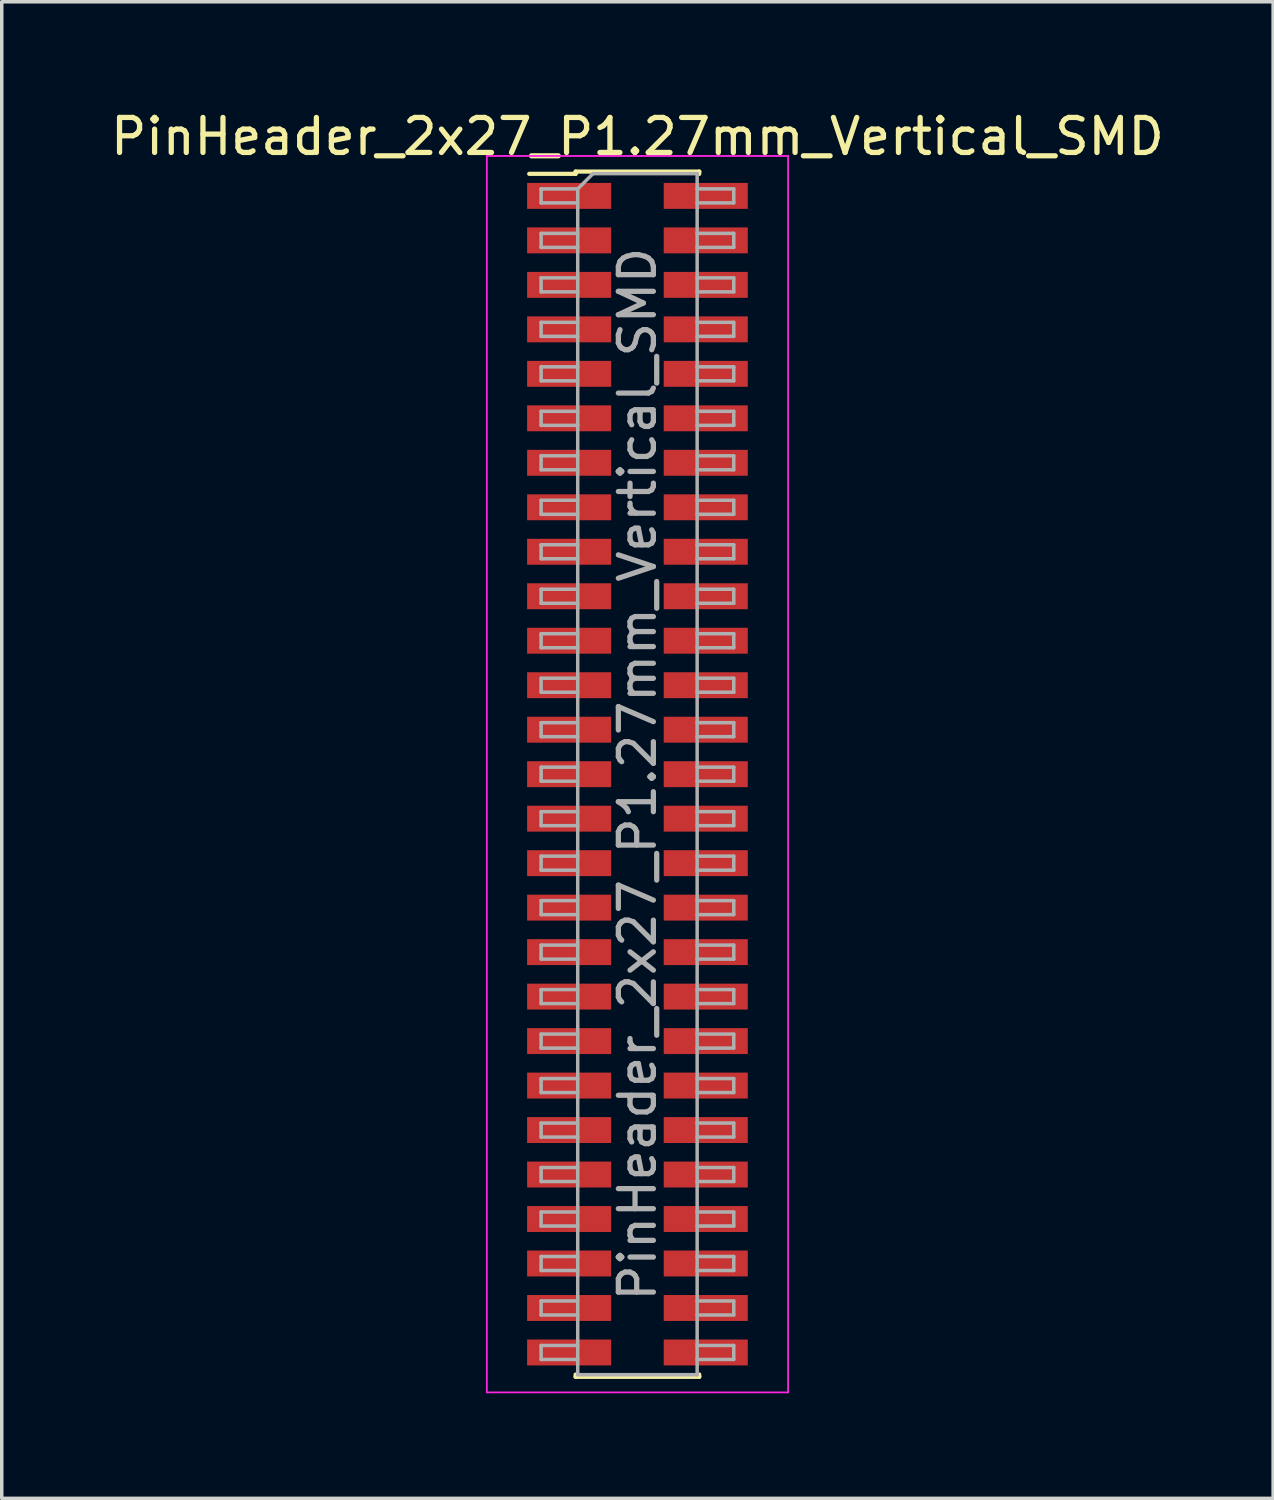
<source format=kicad_pcb>
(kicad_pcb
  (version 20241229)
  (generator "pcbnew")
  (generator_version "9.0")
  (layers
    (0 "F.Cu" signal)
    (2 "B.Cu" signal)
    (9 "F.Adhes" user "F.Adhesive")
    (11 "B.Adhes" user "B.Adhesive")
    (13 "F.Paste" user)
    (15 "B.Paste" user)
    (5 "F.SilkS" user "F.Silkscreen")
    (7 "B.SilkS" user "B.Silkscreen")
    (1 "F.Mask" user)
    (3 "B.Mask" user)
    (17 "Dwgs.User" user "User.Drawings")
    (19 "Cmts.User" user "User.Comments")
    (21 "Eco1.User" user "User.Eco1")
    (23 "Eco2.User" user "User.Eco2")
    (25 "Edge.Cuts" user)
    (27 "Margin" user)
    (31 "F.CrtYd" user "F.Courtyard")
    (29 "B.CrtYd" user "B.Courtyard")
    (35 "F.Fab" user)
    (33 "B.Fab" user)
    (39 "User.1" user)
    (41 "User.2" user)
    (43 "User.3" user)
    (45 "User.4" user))
  (footprint "PinHeader_2x27_P1.27mm_Vertical_SMD"
    (layer "F.Cu")
    (at 15.149 19.053)
    (property "Reference" "PinHeader_2x27_P1.27mm_Vertical_SMD" (at 0 -18.205 0) (layer "F.SilkS") (effects (font (size 1 1) (thickness 0.15))))
    (attr smd)
    (fp_line (start -3.09 -17.14) (end -1.765 -17.14) (stroke (width 0.12) (type solid)) (layer "F.SilkS"))
    (fp_line (start -1.765 -17.205) (end -1.765 -17.14) (stroke (width 0.12) (type solid)) (layer "F.SilkS"))
    (fp_line (start -1.765 -17.205) (end 1.765 -17.205) (stroke (width 0.12) (type solid)) (layer "F.SilkS"))
    (fp_line (start -1.765 17.14) (end -1.765 17.205) (stroke (width 0.12) (type solid)) (layer "F.SilkS"))
    (fp_line (start -1.765 17.205) (end 1.765 17.205) (stroke (width 0.12) (type solid)) (layer "F.SilkS"))
    (fp_line (start 1.765 -17.205) (end 1.765 -17.14) (stroke (width 0.12) (type solid)) (layer "F.SilkS"))
    (fp_line (start 1.765 17.14) (end 1.765 17.205) (stroke (width 0.12) (type solid)) (layer "F.SilkS"))
    (fp_line (start -4.3 -17.65) (end -4.3 17.65) (stroke (width 0.05) (type solid)) (layer "F.CrtYd"))
    (fp_line (start -4.3 17.65) (end 4.3 17.65) (stroke (width 0.05) (type solid)) (layer "F.CrtYd"))
    (fp_line (start 4.3 -17.65) (end -4.3 -17.65) (stroke (width 0.05) (type solid)) (layer "F.CrtYd"))
    (fp_line (start 4.3 17.65) (end 4.3 -17.65) (stroke (width 0.05) (type solid)) (layer "F.CrtYd"))
    (fp_line (start -2.75 -16.71) (end -2.75 -16.31) (stroke (width 0.1) (type solid)) (layer "F.Fab"))
    (fp_line (start -2.75 -16.31) (end -1.705 -16.31) (stroke (width 0.1) (type solid)) (layer "F.Fab"))
    (fp_line (start -2.75 -15.44) (end -2.75 -15.04) (stroke (width 0.1) (type solid)) (layer "F.Fab"))
    (fp_line (start -2.75 -15.04) (end -1.705 -15.04) (stroke (width 0.1) (type solid)) (layer "F.Fab"))
    (fp_line (start -2.75 -14.17) (end -2.75 -13.77) (stroke (width 0.1) (type solid)) (layer "F.Fab"))
    (fp_line (start -2.75 -13.77) (end -1.705 -13.77) (stroke (width 0.1) (type solid)) (layer "F.Fab"))
    (fp_line (start -2.75 -12.9) (end -2.75 -12.5) (stroke (width 0.1) (type solid)) (layer "F.Fab"))
    (fp_line (start -2.75 -12.5) (end -1.705 -12.5) (stroke (width 0.1) (type solid)) (layer "F.Fab"))
    (fp_line (start -2.75 -11.63) (end -2.75 -11.23) (stroke (width 0.1) (type solid)) (layer "F.Fab"))
    (fp_line (start -2.75 -11.23) (end -1.705 -11.23) (stroke (width 0.1) (type solid)) (layer "F.Fab"))
    (fp_line (start -2.75 -10.36) (end -2.75 -9.96) (stroke (width 0.1) (type solid)) (layer "F.Fab"))
    (fp_line (start -2.75 -9.96) (end -1.705 -9.96) (stroke (width 0.1) (type solid)) (layer "F.Fab"))
    (fp_line (start -2.75 -9.09) (end -2.75 -8.69) (stroke (width 0.1) (type solid)) (layer "F.Fab"))
    (fp_line (start -2.75 -8.69) (end -1.705 -8.69) (stroke (width 0.1) (type solid)) (layer "F.Fab"))
    (fp_line (start -2.75 -7.82) (end -2.75 -7.42) (stroke (width 0.1) (type solid)) (layer "F.Fab"))
    (fp_line (start -2.75 -7.42) (end -1.705 -7.42) (stroke (width 0.1) (type solid)) (layer "F.Fab"))
    (fp_line (start -2.75 -6.55) (end -2.75 -6.15) (stroke (width 0.1) (type solid)) (layer "F.Fab"))
    (fp_line (start -2.75 -6.15) (end -1.705 -6.15) (stroke (width 0.1) (type solid)) (layer "F.Fab"))
    (fp_line (start -2.75 -5.28) (end -2.75 -4.88) (stroke (width 0.1) (type solid)) (layer "F.Fab"))
    (fp_line (start -2.75 -4.88) (end -1.705 -4.88) (stroke (width 0.1) (type solid)) (layer "F.Fab"))
    (fp_line (start -2.75 -4.01) (end -2.75 -3.61) (stroke (width 0.1) (type solid)) (layer "F.Fab"))
    (fp_line (start -2.75 -3.61) (end -1.705 -3.61) (stroke (width 0.1) (type solid)) (layer "F.Fab"))
    (fp_line (start -2.75 -2.74) (end -2.75 -2.34) (stroke (width 0.1) (type solid)) (layer "F.Fab"))
    (fp_line (start -2.75 -2.34) (end -1.705 -2.34) (stroke (width 0.1) (type solid)) (layer "F.Fab"))
    (fp_line (start -2.75 -1.47) (end -2.75 -1.07) (stroke (width 0.1) (type solid)) (layer "F.Fab"))
    (fp_line (start -2.75 -1.07) (end -1.705 -1.07) (stroke (width 0.1) (type solid)) (layer "F.Fab"))
    (fp_line (start -2.75 -0.2) (end -2.75 0.2) (stroke (width 0.1) (type solid)) (layer "F.Fab"))
    (fp_line (start -2.75 0.2) (end -1.705 0.2) (stroke (width 0.1) (type solid)) (layer "F.Fab"))
    (fp_line (start -2.75 1.07) (end -2.75 1.47) (stroke (width 0.1) (type solid)) (layer "F.Fab"))
    (fp_line (start -2.75 1.47) (end -1.705 1.47) (stroke (width 0.1) (type solid)) (layer "F.Fab"))
    (fp_line (start -2.75 2.34) (end -2.75 2.74) (stroke (width 0.1) (type solid)) (layer "F.Fab"))
    (fp_line (start -2.75 2.74) (end -1.705 2.74) (stroke (width 0.1) (type solid)) (layer "F.Fab"))
    (fp_line (start -2.75 3.61) (end -2.75 4.01) (stroke (width 0.1) (type solid)) (layer "F.Fab"))
    (fp_line (start -2.75 4.01) (end -1.705 4.01) (stroke (width 0.1) (type solid)) (layer "F.Fab"))
    (fp_line (start -2.75 4.88) (end -2.75 5.28) (stroke (width 0.1) (type solid)) (layer "F.Fab"))
    (fp_line (start -2.75 5.28) (end -1.705 5.28) (stroke (width 0.1) (type solid)) (layer "F.Fab"))
    (fp_line (start -2.75 6.15) (end -2.75 6.55) (stroke (width 0.1) (type solid)) (layer "F.Fab"))
    (fp_line (start -2.75 6.55) (end -1.705 6.55) (stroke (width 0.1) (type solid)) (layer "F.Fab"))
    (fp_line (start -2.75 7.42) (end -2.75 7.82) (stroke (width 0.1) (type solid)) (layer "F.Fab"))
    (fp_line (start -2.75 7.82) (end -1.705 7.82) (stroke (width 0.1) (type solid)) (layer "F.Fab"))
    (fp_line (start -2.75 8.69) (end -2.75 9.09) (stroke (width 0.1) (type solid)) (layer "F.Fab"))
    (fp_line (start -2.75 9.09) (end -1.705 9.09) (stroke (width 0.1) (type solid)) (layer "F.Fab"))
    (fp_line (start -2.75 9.96) (end -2.75 10.36) (stroke (width 0.1) (type solid)) (layer "F.Fab"))
    (fp_line (start -2.75 10.36) (end -1.705 10.36) (stroke (width 0.1) (type solid)) (layer "F.Fab"))
    (fp_line (start -2.75 11.23) (end -2.75 11.63) (stroke (width 0.1) (type solid)) (layer "F.Fab"))
    (fp_line (start -2.75 11.63) (end -1.705 11.63) (stroke (width 0.1) (type solid)) (layer "F.Fab"))
    (fp_line (start -2.75 12.5) (end -2.75 12.9) (stroke (width 0.1) (type solid)) (layer "F.Fab"))
    (fp_line (start -2.75 12.9) (end -1.705 12.9) (stroke (width 0.1) (type solid)) (layer "F.Fab"))
    (fp_line (start -2.75 13.77) (end -2.75 14.17) (stroke (width 0.1) (type solid)) (layer "F.Fab"))
    (fp_line (start -2.75 14.17) (end -1.705 14.17) (stroke (width 0.1) (type solid)) (layer "F.Fab"))
    (fp_line (start -2.75 15.04) (end -2.75 15.44) (stroke (width 0.1) (type solid)) (layer "F.Fab"))
    (fp_line (start -2.75 15.44) (end -1.705 15.44) (stroke (width 0.1) (type solid)) (layer "F.Fab"))
    (fp_line (start -2.75 16.31) (end -2.75 16.71) (stroke (width 0.1) (type solid)) (layer "F.Fab"))
    (fp_line (start -2.75 16.71) (end -1.705 16.71) (stroke (width 0.1) (type solid)) (layer "F.Fab"))
    (fp_line (start -1.705 -16.71) (end -2.75 -16.71) (stroke (width 0.1) (type solid)) (layer "F.Fab"))
    (fp_line (start -1.705 -16.71) (end -1.27 -17.145) (stroke (width 0.1) (type solid)) (layer "F.Fab"))
    (fp_line (start -1.705 -15.44) (end -2.75 -15.44) (stroke (width 0.1) (type solid)) (layer "F.Fab"))
    (fp_line (start -1.705 -14.17) (end -2.75 -14.17) (stroke (width 0.1) (type solid)) (layer "F.Fab"))
    (fp_line (start -1.705 -12.9) (end -2.75 -12.9) (stroke (width 0.1) (type solid)) (layer "F.Fab"))
    (fp_line (start -1.705 -11.63) (end -2.75 -11.63) (stroke (width 0.1) (type solid)) (layer "F.Fab"))
    (fp_line (start -1.705 -10.36) (end -2.75 -10.36) (stroke (width 0.1) (type solid)) (layer "F.Fab"))
    (fp_line (start -1.705 -9.09) (end -2.75 -9.09) (stroke (width 0.1) (type solid)) (layer "F.Fab"))
    (fp_line (start -1.705 -7.82) (end -2.75 -7.82) (stroke (width 0.1) (type solid)) (layer "F.Fab"))
    (fp_line (start -1.705 -6.55) (end -2.75 -6.55) (stroke (width 0.1) (type solid)) (layer "F.Fab"))
    (fp_line (start -1.705 -5.28) (end -2.75 -5.28) (stroke (width 0.1) (type solid)) (layer "F.Fab"))
    (fp_line (start -1.705 -4.01) (end -2.75 -4.01) (stroke (width 0.1) (type solid)) (layer "F.Fab"))
    (fp_line (start -1.705 -2.74) (end -2.75 -2.74) (stroke (width 0.1) (type solid)) (layer "F.Fab"))
    (fp_line (start -1.705 -1.47) (end -2.75 -1.47) (stroke (width 0.1) (type solid)) (layer "F.Fab"))
    (fp_line (start -1.705 -0.2) (end -2.75 -0.2) (stroke (width 0.1) (type solid)) (layer "F.Fab"))
    (fp_line (start -1.705 1.07) (end -2.75 1.07) (stroke (width 0.1) (type solid)) (layer "F.Fab"))
    (fp_line (start -1.705 2.34) (end -2.75 2.34) (stroke (width 0.1) (type solid)) (layer "F.Fab"))
    (fp_line (start -1.705 3.61) (end -2.75 3.61) (stroke (width 0.1) (type solid)) (layer "F.Fab"))
    (fp_line (start -1.705 4.88) (end -2.75 4.88) (stroke (width 0.1) (type solid)) (layer "F.Fab"))
    (fp_line (start -1.705 6.15) (end -2.75 6.15) (stroke (width 0.1) (type solid)) (layer "F.Fab"))
    (fp_line (start -1.705 7.42) (end -2.75 7.42) (stroke (width 0.1) (type solid)) (layer "F.Fab"))
    (fp_line (start -1.705 8.69) (end -2.75 8.69) (stroke (width 0.1) (type solid)) (layer "F.Fab"))
    (fp_line (start -1.705 9.96) (end -2.75 9.96) (stroke (width 0.1) (type solid)) (layer "F.Fab"))
    (fp_line (start -1.705 11.23) (end -2.75 11.23) (stroke (width 0.1) (type solid)) (layer "F.Fab"))
    (fp_line (start -1.705 12.5) (end -2.75 12.5) (stroke (width 0.1) (type solid)) (layer "F.Fab"))
    (fp_line (start -1.705 13.77) (end -2.75 13.77) (stroke (width 0.1) (type solid)) (layer "F.Fab"))
    (fp_line (start -1.705 15.04) (end -2.75 15.04) (stroke (width 0.1) (type solid)) (layer "F.Fab"))
    (fp_line (start -1.705 16.31) (end -2.75 16.31) (stroke (width 0.1) (type solid)) (layer "F.Fab"))
    (fp_line (start -1.705 17.145) (end -1.705 -16.71) (stroke (width 0.1) (type solid)) (layer "F.Fab"))
    (fp_line (start -1.27 -17.145) (end 1.705 -17.145) (stroke (width 0.1) (type solid)) (layer "F.Fab"))
    (fp_line (start 1.705 -17.145) (end 1.705 17.145) (stroke (width 0.1) (type solid)) (layer "F.Fab"))
    (fp_line (start 1.705 -16.71) (end 2.75 -16.71) (stroke (width 0.1) (type solid)) (layer "F.Fab"))
    (fp_line (start 1.705 -15.44) (end 2.75 -15.44) (stroke (width 0.1) (type solid)) (layer "F.Fab"))
    (fp_line (start 1.705 -14.17) (end 2.75 -14.17) (stroke (width 0.1) (type solid)) (layer "F.Fab"))
    (fp_line (start 1.705 -12.9) (end 2.75 -12.9) (stroke (width 0.1) (type solid)) (layer "F.Fab"))
    (fp_line (start 1.705 -11.63) (end 2.75 -11.63) (stroke (width 0.1) (type solid)) (layer "F.Fab"))
    (fp_line (start 1.705 -10.36) (end 2.75 -10.36) (stroke (width 0.1) (type solid)) (layer "F.Fab"))
    (fp_line (start 1.705 -9.09) (end 2.75 -9.09) (stroke (width 0.1) (type solid)) (layer "F.Fab"))
    (fp_line (start 1.705 -7.82) (end 2.75 -7.82) (stroke (width 0.1) (type solid)) (layer "F.Fab"))
    (fp_line (start 1.705 -6.55) (end 2.75 -6.55) (stroke (width 0.1) (type solid)) (layer "F.Fab"))
    (fp_line (start 1.705 -5.28) (end 2.75 -5.28) (stroke (width 0.1) (type solid)) (layer "F.Fab"))
    (fp_line (start 1.705 -4.01) (end 2.75 -4.01) (stroke (width 0.1) (type solid)) (layer "F.Fab"))
    (fp_line (start 1.705 -2.74) (end 2.75 -2.74) (stroke (width 0.1) (type solid)) (layer "F.Fab"))
    (fp_line (start 1.705 -1.47) (end 2.75 -1.47) (stroke (width 0.1) (type solid)) (layer "F.Fab"))
    (fp_line (start 1.705 -0.2) (end 2.75 -0.2) (stroke (width 0.1) (type solid)) (layer "F.Fab"))
    (fp_line (start 1.705 1.07) (end 2.75 1.07) (stroke (width 0.1) (type solid)) (layer "F.Fab"))
    (fp_line (start 1.705 2.34) (end 2.75 2.34) (stroke (width 0.1) (type solid)) (layer "F.Fab"))
    (fp_line (start 1.705 3.61) (end 2.75 3.61) (stroke (width 0.1) (type solid)) (layer "F.Fab"))
    (fp_line (start 1.705 4.88) (end 2.75 4.88) (stroke (width 0.1) (type solid)) (layer "F.Fab"))
    (fp_line (start 1.705 6.15) (end 2.75 6.15) (stroke (width 0.1) (type solid)) (layer "F.Fab"))
    (fp_line (start 1.705 7.42) (end 2.75 7.42) (stroke (width 0.1) (type solid)) (layer "F.Fab"))
    (fp_line (start 1.705 8.69) (end 2.75 8.69) (stroke (width 0.1) (type solid)) (layer "F.Fab"))
    (fp_line (start 1.705 9.96) (end 2.75 9.96) (stroke (width 0.1) (type solid)) (layer "F.Fab"))
    (fp_line (start 1.705 11.23) (end 2.75 11.23) (stroke (width 0.1) (type solid)) (layer "F.Fab"))
    (fp_line (start 1.705 12.5) (end 2.75 12.5) (stroke (width 0.1) (type solid)) (layer "F.Fab"))
    (fp_line (start 1.705 13.77) (end 2.75 13.77) (stroke (width 0.1) (type solid)) (layer "F.Fab"))
    (fp_line (start 1.705 15.04) (end 2.75 15.04) (stroke (width 0.1) (type solid)) (layer "F.Fab"))
    (fp_line (start 1.705 16.31) (end 2.75 16.31) (stroke (width 0.1) (type solid)) (layer "F.Fab"))
    (fp_line (start 1.705 17.145) (end -1.705 17.145) (stroke (width 0.1) (type solid)) (layer "F.Fab"))
    (fp_line (start 2.75 -16.71) (end 2.75 -16.31) (stroke (width 0.1) (type solid)) (layer "F.Fab"))
    (fp_line (start 2.75 -16.31) (end 1.705 -16.31) (stroke (width 0.1) (type solid)) (layer "F.Fab"))
    (fp_line (start 2.75 -15.44) (end 2.75 -15.04) (stroke (width 0.1) (type solid)) (layer "F.Fab"))
    (fp_line (start 2.75 -15.04) (end 1.705 -15.04) (stroke (width 0.1) (type solid)) (layer "F.Fab"))
    (fp_line (start 2.75 -14.17) (end 2.75 -13.77) (stroke (width 0.1) (type solid)) (layer "F.Fab"))
    (fp_line (start 2.75 -13.77) (end 1.705 -13.77) (stroke (width 0.1) (type solid)) (layer "F.Fab"))
    (fp_line (start 2.75 -12.9) (end 2.75 -12.5) (stroke (width 0.1) (type solid)) (layer "F.Fab"))
    (fp_line (start 2.75 -12.5) (end 1.705 -12.5) (stroke (width 0.1) (type solid)) (layer "F.Fab"))
    (fp_line (start 2.75 -11.63) (end 2.75 -11.23) (stroke (width 0.1) (type solid)) (layer "F.Fab"))
    (fp_line (start 2.75 -11.23) (end 1.705 -11.23) (stroke (width 0.1) (type solid)) (layer "F.Fab"))
    (fp_line (start 2.75 -10.36) (end 2.75 -9.96) (stroke (width 0.1) (type solid)) (layer "F.Fab"))
    (fp_line (start 2.75 -9.96) (end 1.705 -9.96) (stroke (width 0.1) (type solid)) (layer "F.Fab"))
    (fp_line (start 2.75 -9.09) (end 2.75 -8.69) (stroke (width 0.1) (type solid)) (layer "F.Fab"))
    (fp_line (start 2.75 -8.69) (end 1.705 -8.69) (stroke (width 0.1) (type solid)) (layer "F.Fab"))
    (fp_line (start 2.75 -7.82) (end 2.75 -7.42) (stroke (width 0.1) (type solid)) (layer "F.Fab"))
    (fp_line (start 2.75 -7.42) (end 1.705 -7.42) (stroke (width 0.1) (type solid)) (layer "F.Fab"))
    (fp_line (start 2.75 -6.55) (end 2.75 -6.15) (stroke (width 0.1) (type solid)) (layer "F.Fab"))
    (fp_line (start 2.75 -6.15) (end 1.705 -6.15) (stroke (width 0.1) (type solid)) (layer "F.Fab"))
    (fp_line (start 2.75 -5.28) (end 2.75 -4.88) (stroke (width 0.1) (type solid)) (layer "F.Fab"))
    (fp_line (start 2.75 -4.88) (end 1.705 -4.88) (stroke (width 0.1) (type solid)) (layer "F.Fab"))
    (fp_line (start 2.75 -4.01) (end 2.75 -3.61) (stroke (width 0.1) (type solid)) (layer "F.Fab"))
    (fp_line (start 2.75 -3.61) (end 1.705 -3.61) (stroke (width 0.1) (type solid)) (layer "F.Fab"))
    (fp_line (start 2.75 -2.74) (end 2.75 -2.34) (stroke (width 0.1) (type solid)) (layer "F.Fab"))
    (fp_line (start 2.75 -2.34) (end 1.705 -2.34) (stroke (width 0.1) (type solid)) (layer "F.Fab"))
    (fp_line (start 2.75 -1.47) (end 2.75 -1.07) (stroke (width 0.1) (type solid)) (layer "F.Fab"))
    (fp_line (start 2.75 -1.07) (end 1.705 -1.07) (stroke (width 0.1) (type solid)) (layer "F.Fab"))
    (fp_line (start 2.75 -0.2) (end 2.75 0.2) (stroke (width 0.1) (type solid)) (layer "F.Fab"))
    (fp_line (start 2.75 0.2) (end 1.705 0.2) (stroke (width 0.1) (type solid)) (layer "F.Fab"))
    (fp_line (start 2.75 1.07) (end 2.75 1.47) (stroke (width 0.1) (type solid)) (layer "F.Fab"))
    (fp_line (start 2.75 1.47) (end 1.705 1.47) (stroke (width 0.1) (type solid)) (layer "F.Fab"))
    (fp_line (start 2.75 2.34) (end 2.75 2.74) (stroke (width 0.1) (type solid)) (layer "F.Fab"))
    (fp_line (start 2.75 2.74) (end 1.705 2.74) (stroke (width 0.1) (type solid)) (layer "F.Fab"))
    (fp_line (start 2.75 3.61) (end 2.75 4.01) (stroke (width 0.1) (type solid)) (layer "F.Fab"))
    (fp_line (start 2.75 4.01) (end 1.705 4.01) (stroke (width 0.1) (type solid)) (layer "F.Fab"))
    (fp_line (start 2.75 4.88) (end 2.75 5.28) (stroke (width 0.1) (type solid)) (layer "F.Fab"))
    (fp_line (start 2.75 5.28) (end 1.705 5.28) (stroke (width 0.1) (type solid)) (layer "F.Fab"))
    (fp_line (start 2.75 6.15) (end 2.75 6.55) (stroke (width 0.1) (type solid)) (layer "F.Fab"))
    (fp_line (start 2.75 6.55) (end 1.705 6.55) (stroke (width 0.1) (type solid)) (layer "F.Fab"))
    (fp_line (start 2.75 7.42) (end 2.75 7.82) (stroke (width 0.1) (type solid)) (layer "F.Fab"))
    (fp_line (start 2.75 7.82) (end 1.705 7.82) (stroke (width 0.1) (type solid)) (layer "F.Fab"))
    (fp_line (start 2.75 8.69) (end 2.75 9.09) (stroke (width 0.1) (type solid)) (layer "F.Fab"))
    (fp_line (start 2.75 9.09) (end 1.705 9.09) (stroke (width 0.1) (type solid)) (layer "F.Fab"))
    (fp_line (start 2.75 9.96) (end 2.75 10.36) (stroke (width 0.1) (type solid)) (layer "F.Fab"))
    (fp_line (start 2.75 10.36) (end 1.705 10.36) (stroke (width 0.1) (type solid)) (layer "F.Fab"))
    (fp_line (start 2.75 11.23) (end 2.75 11.63) (stroke (width 0.1) (type solid)) (layer "F.Fab"))
    (fp_line (start 2.75 11.63) (end 1.705 11.63) (stroke (width 0.1) (type solid)) (layer "F.Fab"))
    (fp_line (start 2.75 12.5) (end 2.75 12.9) (stroke (width 0.1) (type solid)) (layer "F.Fab"))
    (fp_line (start 2.75 12.9) (end 1.705 12.9) (stroke (width 0.1) (type solid)) (layer "F.Fab"))
    (fp_line (start 2.75 13.77) (end 2.75 14.17) (stroke (width 0.1) (type solid)) (layer "F.Fab"))
    (fp_line (start 2.75 14.17) (end 1.705 14.17) (stroke (width 0.1) (type solid)) (layer "F.Fab"))
    (fp_line (start 2.75 15.04) (end 2.75 15.44) (stroke (width 0.1) (type solid)) (layer "F.Fab"))
    (fp_line (start 2.75 15.44) (end 1.705 15.44) (stroke (width 0.1) (type solid)) (layer "F.Fab"))
    (fp_line (start 2.75 16.31) (end 2.75 16.71) (stroke (width 0.1) (type solid)) (layer "F.Fab"))
    (fp_line (start 2.75 16.71) (end 1.705 16.71) (stroke (width 0.1) (type solid)) (layer "F.Fab"))
    (fp_text user "${REFERENCE}" (at 0 0 90) (layer "F.Fab") (effects (font (size 1 1) (thickness 0.15))))
    (pad "1" smd rect (at -1.95 -16.51) (size 2.4 0.74) (layers "F.Cu" "F.Mask" "F.Paste"))
    (pad "2" smd rect (at 1.95 -16.51) (size 2.4 0.74) (layers "F.Cu" "F.Mask" "F.Paste"))
    (pad "3" smd rect (at -1.95 -15.24) (size 2.4 0.74) (layers "F.Cu" "F.Mask" "F.Paste"))
    (pad "4" smd rect (at 1.95 -15.24) (size 2.4 0.74) (layers "F.Cu" "F.Mask" "F.Paste"))
    (pad "5" smd rect (at -1.95 -13.97) (size 2.4 0.74) (layers "F.Cu" "F.Mask" "F.Paste"))
    (pad "6" smd rect (at 1.95 -13.97) (size 2.4 0.74) (layers "F.Cu" "F.Mask" "F.Paste"))
    (pad "7" smd rect (at -1.95 -12.7) (size 2.4 0.74) (layers "F.Cu" "F.Mask" "F.Paste"))
    (pad "8" smd rect (at 1.95 -12.7) (size 2.4 0.74) (layers "F.Cu" "F.Mask" "F.Paste"))
    (pad "9" smd rect (at -1.95 -11.43) (size 2.4 0.74) (layers "F.Cu" "F.Mask" "F.Paste"))
    (pad "10" smd rect (at 1.95 -11.43) (size 2.4 0.74) (layers "F.Cu" "F.Mask" "F.Paste"))
    (pad "11" smd rect (at -1.95 -10.16) (size 2.4 0.74) (layers "F.Cu" "F.Mask" "F.Paste"))
    (pad "12" smd rect (at 1.95 -10.16) (size 2.4 0.74) (layers "F.Cu" "F.Mask" "F.Paste"))
    (pad "13" smd rect (at -1.95 -8.89) (size 2.4 0.74) (layers "F.Cu" "F.Mask" "F.Paste"))
    (pad "14" smd rect (at 1.95 -8.89) (size 2.4 0.74) (layers "F.Cu" "F.Mask" "F.Paste"))
    (pad "15" smd rect (at -1.95 -7.62) (size 2.4 0.74) (layers "F.Cu" "F.Mask" "F.Paste"))
    (pad "16" smd rect (at 1.95 -7.62) (size 2.4 0.74) (layers "F.Cu" "F.Mask" "F.Paste"))
    (pad "17" smd rect (at -1.95 -6.35) (size 2.4 0.74) (layers "F.Cu" "F.Mask" "F.Paste"))
    (pad "18" smd rect (at 1.95 -6.35) (size 2.4 0.74) (layers "F.Cu" "F.Mask" "F.Paste"))
    (pad "19" smd rect (at -1.95 -5.08) (size 2.4 0.74) (layers "F.Cu" "F.Mask" "F.Paste"))
    (pad "20" smd rect (at 1.95 -5.08) (size 2.4 0.74) (layers "F.Cu" "F.Mask" "F.Paste"))
    (pad "21" smd rect (at -1.95 -3.81) (size 2.4 0.74) (layers "F.Cu" "F.Mask" "F.Paste"))
    (pad "22" smd rect (at 1.95 -3.81) (size 2.4 0.74) (layers "F.Cu" "F.Mask" "F.Paste"))
    (pad "23" smd rect (at -1.95 -2.54) (size 2.4 0.74) (layers "F.Cu" "F.Mask" "F.Paste"))
    (pad "24" smd rect (at 1.95 -2.54) (size 2.4 0.74) (layers "F.Cu" "F.Mask" "F.Paste"))
    (pad "25" smd rect (at -1.95 -1.27) (size 2.4 0.74) (layers "F.Cu" "F.Mask" "F.Paste"))
    (pad "26" smd rect (at 1.95 -1.27) (size 2.4 0.74) (layers "F.Cu" "F.Mask" "F.Paste"))
    (pad "27" smd rect (at -1.95 0) (size 2.4 0.74) (layers "F.Cu" "F.Mask" "F.Paste"))
    (pad "28" smd rect (at 1.95 0) (size 2.4 0.74) (layers "F.Cu" "F.Mask" "F.Paste"))
    (pad "29" smd rect (at -1.95 1.27) (size 2.4 0.74) (layers "F.Cu" "F.Mask" "F.Paste"))
    (pad "30" smd rect (at 1.95 1.27) (size 2.4 0.74) (layers "F.Cu" "F.Mask" "F.Paste"))
    (pad "31" smd rect (at -1.95 2.54) (size 2.4 0.74) (layers "F.Cu" "F.Mask" "F.Paste"))
    (pad "32" smd rect (at 1.95 2.54) (size 2.4 0.74) (layers "F.Cu" "F.Mask" "F.Paste"))
    (pad "33" smd rect (at -1.95 3.81) (size 2.4 0.74) (layers "F.Cu" "F.Mask" "F.Paste"))
    (pad "34" smd rect (at 1.95 3.81) (size 2.4 0.74) (layers "F.Cu" "F.Mask" "F.Paste"))
    (pad "35" smd rect (at -1.95 5.08) (size 2.4 0.74) (layers "F.Cu" "F.Mask" "F.Paste"))
    (pad "36" smd rect (at 1.95 5.08) (size 2.4 0.74) (layers "F.Cu" "F.Mask" "F.Paste"))
    (pad "37" smd rect (at -1.95 6.35) (size 2.4 0.74) (layers "F.Cu" "F.Mask" "F.Paste"))
    (pad "38" smd rect (at 1.95 6.35) (size 2.4 0.74) (layers "F.Cu" "F.Mask" "F.Paste"))
    (pad "39" smd rect (at -1.95 7.62) (size 2.4 0.74) (layers "F.Cu" "F.Mask" "F.Paste"))
    (pad "40" smd rect (at 1.95 7.62) (size 2.4 0.74) (layers "F.Cu" "F.Mask" "F.Paste"))
    (pad "41" smd rect (at -1.95 8.89) (size 2.4 0.74) (layers "F.Cu" "F.Mask" "F.Paste"))
    (pad "42" smd rect (at 1.95 8.89) (size 2.4 0.74) (layers "F.Cu" "F.Mask" "F.Paste"))
    (pad "43" smd rect (at -1.95 10.16) (size 2.4 0.74) (layers "F.Cu" "F.Mask" "F.Paste"))
    (pad "44" smd rect (at 1.95 10.16) (size 2.4 0.74) (layers "F.Cu" "F.Mask" "F.Paste"))
    (pad "45" smd rect (at -1.95 11.43) (size 2.4 0.74) (layers "F.Cu" "F.Mask" "F.Paste"))
    (pad "46" smd rect (at 1.95 11.43) (size 2.4 0.74) (layers "F.Cu" "F.Mask" "F.Paste"))
    (pad "47" smd rect (at -1.95 12.7) (size 2.4 0.74) (layers "F.Cu" "F.Mask" "F.Paste"))
    (pad "48" smd rect (at 1.95 12.7) (size 2.4 0.74) (layers "F.Cu" "F.Mask" "F.Paste"))
    (pad "49" smd rect (at -1.95 13.97) (size 2.4 0.74) (layers "F.Cu" "F.Mask" "F.Paste"))
    (pad "50" smd rect (at 1.95 13.97) (size 2.4 0.74) (layers "F.Cu" "F.Mask" "F.Paste"))
    (pad "51" smd rect (at -1.95 15.24) (size 2.4 0.74) (layers "F.Cu" "F.Mask" "F.Paste"))
    (pad "52" smd rect (at 1.95 15.24) (size 2.4 0.74) (layers "F.Cu" "F.Mask" "F.Paste"))
    (pad "53" smd rect (at -1.95 16.51) (size 2.4 0.74) (layers "F.Cu" "F.Mask" "F.Paste"))
    (pad "54" smd rect (at 1.95 16.51) (size 2.4 0.74) (layers "F.Cu" "F.Mask" "F.Paste")))
  (gr_rect
    (start -3 -3)
    (end 33.298 39.728)
    (stroke (width 0.1) (type default))
    (fill no)
    (layer "Edge.Cuts")))
</source>
